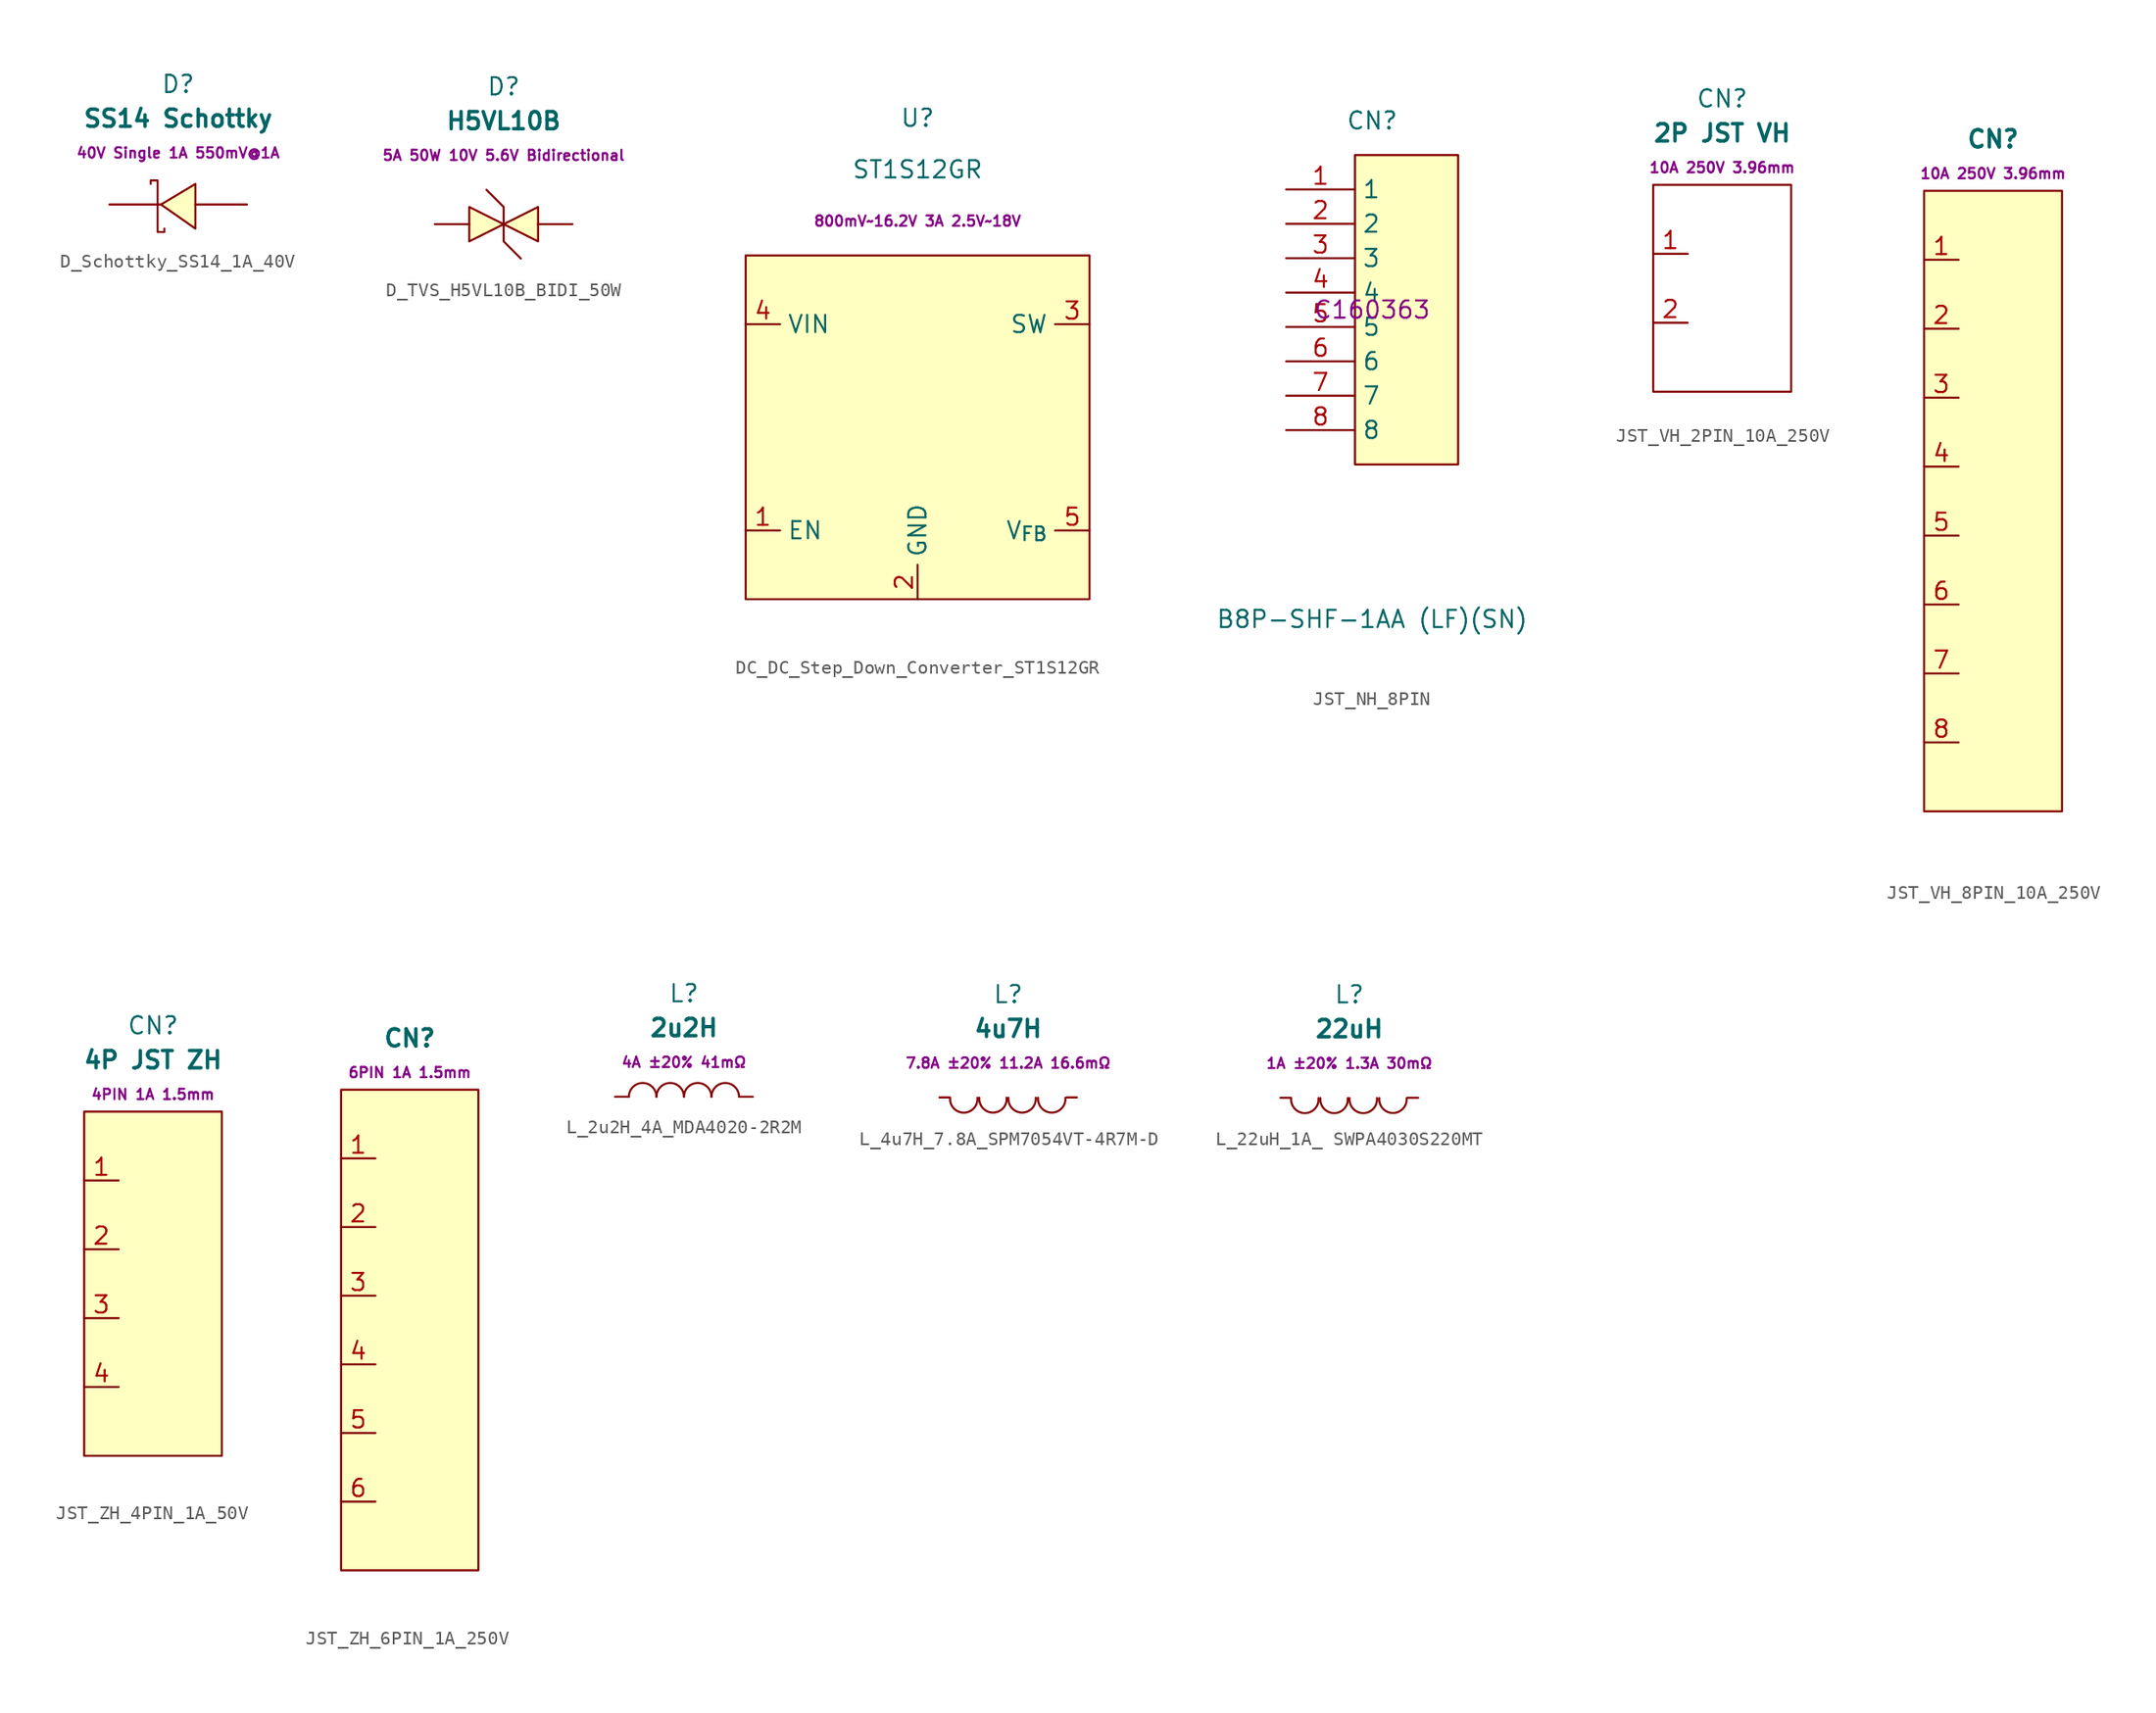
<source format=kicad_sym>
(kicad_symbol_lib
  (version 20231120)
  (generator "kicad_symbol_editor")
  (generator_version "8.0")
  (symbol "D_Schottky_SS14_1A_40V"
    (pin_numbers hide)
    (pin_names hide)
    (property "Reference" "D"
      (at 0 8.89 0)
      (effects (font (size 1.27 1.27))))
    (property "Value" "SS14 Schottky"
      (at 0 6.35 0)
      (effects (font (size 1.27 1.27) (bold yes))))
    (property "Extra Values" "40V Single 1A 550mV@1A"
      (at 0 3.81 0)
      (effects (font (size 0.762 0.762) (bold yes))))
    (symbol "D_Schottky_SS14_1A_40V_0_1"
      (polyline (pts (xy 1.27 1.52) (xy -1.27 0) (xy 1.27 -1.78) (xy 1.27 1.52)) (stroke (width 0) (type default)) (fill (type background)))
      (polyline (pts (xy -2.03 1.52) (xy -2.03 1.78) (xy -1.52 1.78) (xy -1.52 -2.03) (xy -1.02 -2.03) (xy -1.02 -1.78)) (stroke (width 0) (type default)) (fill (type none))))
    (symbol "D_Schottky_SS14_1A_40V_1_1"
      (pin passive line (at -5.08 0 0) (length 3.81) (name "K" (effects (font (size 1.27 1.27)))) (number "1" (effects (font (size 1.27 1.27)))))
      (pin passive line (at 5.08 0 180) (length 3.81) (name "A" (effects (font (size 1.27 1.27)))) (number "2" (effects (font (size 1.27 1.27)))))))
  (symbol "D_TVS_H5VL10B_BIDI_50W"
    (pin_numbers hide)
    (pin_names hide)
    (property "Reference" "D"
      (at 0 10.16 0)
      (effects (font (size 1.27 1.27))))
    (property "Value" "H5VL10B"
      (at 0 7.62 0)
      (effects (font (size 1.27 1.27) (bold yes))))
    (property "Extra Values" "5A 50W 10V 5.6V Bidirectional"
      (at 0 5.08 0)
      (effects (font (size 0.762 0.762) (bold yes))))
    (symbol "D_TVS_H5VL10B_BIDI_50W_0_1"
      (polyline (pts (xy -2.54 1.27) (xy 0 0) (xy -2.54 -1.27) (xy -2.54 1.27)) (stroke (width 0) (type default)) (fill (type background)))
      (polyline (pts (xy -1.27 2.54) (xy 0 1.27) (xy 0 -1.27) (xy 1.27 -2.54)) (stroke (width 0) (type default)) (fill (type none)))
      (polyline (pts (xy 2.54 -1.27) (xy 0 0) (xy 2.54 1.27) (xy 2.54 -1.27)) (stroke (width 0) (type default)) (fill (type background))))
    (symbol "D_TVS_H5VL10B_BIDI_50W_1_1"
      (pin passive line (at -5.08 0 0) (length 2.54) (name "C" (effects (font (size 1.27 1.27)))) (number "1" (effects (font (size 1.27 1.27)))))
      (pin passive line (at 5.08 0 180) (length 2.54) (name "A" (effects (font (size 1.27 1.27)))) (number "2" (effects (font (size 1.27 1.27)))))))
  (symbol "DC_DC_Step_Down_Converter_ST1S12GR"
    (property "Reference" "U"
      (at 0 22.86 0)
      (effects (font (size 1.27 1.27))))
    (property "Value" "ST1S12GR"
      (at 0 19.05 0)
      (effects (font (size 1.27 1.27))))
    (property "Extra Values" "800mV~16.2V 3A 2.5V~18V"
      (at 0 15.24 0)
      (effects (font (size 0.762 0.762) (bold yes))))
    (symbol "DC_DC_Step_Down_Converter_ST1S12GR_0_1"
      (rectangle (start -12.7 12.7) (end 12.7 -12.7) (stroke (width 0) (type default)) (fill (type background))))
    (symbol "DC_DC_Step_Down_Converter_ST1S12GR_1_1"
      (pin input line (at -12.7 -7.62 0) (length 2.54) (name "EN" (effects (font (size 1.27 1.27)))) (number "1" (effects (font (size 1.27 1.27)))))
      (pin power_in line (at 0 -12.7 90) (length 2.54) (name "GND" (effects (font (size 1.27 1.27)))) (number "2" (effects (font (size 1.27 1.27)))))
      (pin output line (at 12.7 7.62 180) (length 2.54) (name "SW" (effects (font (size 1.27 1.27)))) (number "3" (effects (font (size 1.27 1.27)))))
      (pin power_in line (at -12.7 7.62 0) (length 2.54) (name "VIN" (effects (font (size 1.27 1.27)))) (number "4" (effects (font (size 1.27 1.27)))))
      (pin input line (at 12.7 -7.62 180) (length 2.54) (name "V_{FB}" (effects (font (size 1.27 1.27)))) (number "5" (effects (font (size 1.27 1.27)))))))
  (symbol "JST_NH_8PIN"
    (property "Reference" "CN"
      (at 0 13.97 0)
      (effects (font (size 1.27 1.27))))
    (property "Value" "B8P-SHF-1AA (LF)(SN)"
      (at 0 -22.86 0)
      (effects (font (size 1.27 1.27))))
    (property "Extra Values" "C160363"
      (at 0 0 0)
      (effects (font (size 1.27 1.27))))
    (symbol "JST_NH_8PIN_0_1"
      (rectangle (start -1.27 11.43) (end 6.35 -11.43) (stroke (width 0) (type default)) (fill (type background)))
      (pin unspecified line (at -6.35 8.89 0) (length 5.08) (name "1" (effects (font (size 1.27 1.27)))) (number "1" (effects (font (size 1.27 1.27)))))
      (pin unspecified line (at -6.35 6.35 0) (length 5.08) (name "2" (effects (font (size 1.27 1.27)))) (number "2" (effects (font (size 1.27 1.27)))))
      (pin unspecified line (at -6.35 3.81 0) (length 5.08) (name "3" (effects (font (size 1.27 1.27)))) (number "3" (effects (font (size 1.27 1.27)))))
      (pin unspecified line (at -6.35 1.27 0) (length 5.08) (name "4" (effects (font (size 1.27 1.27)))) (number "4" (effects (font (size 1.27 1.27)))))
      (pin unspecified line (at -6.35 -1.27 0) (length 5.08) (name "5" (effects (font (size 1.27 1.27)))) (number "5" (effects (font (size 1.27 1.27)))))
      (pin unspecified line (at -6.35 -3.81 0) (length 5.08) (name "6" (effects (font (size 1.27 1.27)))) (number "6" (effects (font (size 1.27 1.27)))))
      (pin unspecified line (at -6.35 -6.35 0) (length 5.08) (name "7" (effects (font (size 1.27 1.27)))) (number "7" (effects (font (size 1.27 1.27)))))
      (pin unspecified line (at -6.35 -8.89 0) (length 5.08) (name "8" (effects (font (size 1.27 1.27)))) (number "8" (effects (font (size 1.27 1.27)))))))
  (symbol "JST_VH_2PIN_10A_250V"
    (pin_names hide)
    (property "Reference" "CN"
      (at 0 13.97 0)
      (effects (font (size 1.27 1.27))))
    (property "Value" "2P JST VH"
      (at 0 11.43 0)
      (effects (font (size 1.27 1.27) (bold yes))))
    (property "Extra Values" "10A 250V 3.96mm"
      (at 0 8.89 0)
      (effects (font (size 0.762 0.762) (bold yes))))
    (symbol "JST_VH_2PIN_10A_250V_1_1"
      (rectangle (start -5.08 7.62) (end 5.08 -7.62) (stroke (width 0) (type default)) (fill (type none)))
      (pin passive line (at -5.08 2.54 0) (length 2.54) (name "1" (effects (font (size 1.27 1.27)))) (number "1" (effects (font (size 1.27 1.27)))))
      (pin passive line (at -5.08 -2.54 0) (length 2.54) (name "2" (effects (font (size 1.27 1.27)))) (number "2" (effects (font (size 1.27 1.27)))))))
  (symbol "JST_VH_8PIN_10A_250V"
    (pin_names hide)
    (property "Reference" "CN"
      (at 0 26.67 0)
      (effects (font (size 1.27 1.27) (bold yes))))
    (property "Extra Values" "10A 250V 3.96mm"
      (at 0 24.13 0)
      (effects (font (size 0.762 0.762) (bold yes))))
    (symbol "JST_VH_8PIN_10A_250V_0_1"
      (rectangle (start -5.08 22.86) (end 5.08 -22.86) (stroke (width 0) (type default)) (fill (type background))))
    (symbol "JST_VH_8PIN_10A_250V_1_1"
      (pin passive line (at -5.08 17.78 0) (length 2.54) (name "1" (effects (font (size 1.27 1.27)))) (number "1" (effects (font (size 1.27 1.27)))))
      (pin passive line (at -5.08 12.7 0) (length 2.54) (name "2" (effects (font (size 1.27 1.27)))) (number "2" (effects (font (size 1.27 1.27)))))
      (pin passive line (at -5.08 7.62 0) (length 2.54) (name "3" (effects (font (size 1.27 1.27)))) (number "3" (effects (font (size 1.27 1.27)))))
      (pin passive line (at -5.08 2.54 0) (length 2.54) (name "4" (effects (font (size 1.27 1.27)))) (number "4" (effects (font (size 1.27 1.27)))))
      (pin passive line (at -5.08 -2.54 0) (length 2.54) (name "5" (effects (font (size 1.27 1.27)))) (number "5" (effects (font (size 1.27 1.27)))))
      (pin passive line (at -5.08 -7.62 0) (length 2.54) (name "6" (effects (font (size 1.27 1.27)))) (number "6" (effects (font (size 1.27 1.27)))))
      (pin passive line (at -5.08 -12.7 0) (length 2.54) (name "7" (effects (font (size 1.27 1.27)))) (number "7" (effects (font (size 1.27 1.27)))))
      (pin passive line (at -5.08 -17.78 0) (length 2.54) (name "8" (effects (font (size 1.27 1.27)))) (number "8" (effects (font (size 1.27 1.27)))))))
  (symbol "JST_ZH_4PIN_1A_50V"
    (pin_names hide)
    (property "Reference" "CN"
      (at 0 19.05 0)
      (effects (font (size 1.27 1.27))))
    (property "Value" "4P JST ZH"
      (at 0 16.51 0)
      (effects (font (size 1.27 1.27) (bold yes))))
    (property "Extra Values" "4PIN 1A 1.5mm"
      (at 0 13.97 0)
      (effects (font (size 0.762 0.762) (bold yes))))
    (symbol "JST_ZH_4PIN_1A_50V_0_1"
      (rectangle (start -5.08 12.7) (end 5.08 -12.7) (stroke (width 0) (type default)) (fill (type background))))
    (symbol "JST_ZH_4PIN_1A_50V_1_1"
      (pin passive line (at -5.08 7.62 0) (length 2.54) (name "1" (effects (font (size 1.27 1.27)))) (number "1" (effects (font (size 1.27 1.27)))))
      (pin passive line (at -5.08 2.54 0) (length 2.54) (name "2" (effects (font (size 1.27 1.27)))) (number "2" (effects (font (size 1.27 1.27)))))
      (pin passive line (at -5.08 -2.54 0) (length 2.54) (name "3" (effects (font (size 1.27 1.27)))) (number "3" (effects (font (size 1.27 1.27)))))
      (pin passive line (at -5.08 -7.62 0) (length 2.54) (name "4" (effects (font (size 1.27 1.27)))) (number "4" (effects (font (size 1.27 1.27)))))))
  (symbol "JST_ZH_6PIN_1A_250V"
    (pin_names hide)
    (property "Reference" "CN"
      (at 0 21.59 0)
      (effects (font (size 1.27 1.27) (bold yes))))
    (property "Extra Values" "6PIN 1A 1.5mm"
      (at 0 19.05 0)
      (effects (font (size 0.762 0.762) (bold yes))))
    (symbol "JST_ZH_6PIN_1A_250V_0_1"
      (rectangle (start -5.08 17.78) (end 5.08 -17.78) (stroke (width 0) (type default)) (fill (type background))))
    (symbol "JST_ZH_6PIN_1A_250V_1_1"
      (pin passive line (at -5.08 12.7 0) (length 2.54) (name "1" (effects (font (size 1.27 1.27)))) (number "1" (effects (font (size 1.27 1.27)))))
      (pin passive line (at -5.08 7.62 0) (length 2.54) (name "2" (effects (font (size 1.27 1.27)))) (number "2" (effects (font (size 1.27 1.27)))))
      (pin passive line (at -5.08 2.54 0) (length 2.54) (name "3" (effects (font (size 1.27 1.27)))) (number "3" (effects (font (size 1.27 1.27)))))
      (pin passive line (at -5.08 -2.54 0) (length 2.54) (name "4" (effects (font (size 1.27 1.27)))) (number "4" (effects (font (size 1.27 1.27)))))
      (pin passive line (at -5.08 -7.62 0) (length 2.54) (name "5" (effects (font (size 1.27 1.27)))) (number "5" (effects (font (size 1.27 1.27)))))
      (pin passive line (at -5.08 -12.7 0) (length 2.54) (name "6" (effects (font (size 1.27 1.27)))) (number "6" (effects (font (size 1.27 1.27)))))))
  (symbol "L_2u2H_4A_MDA4020-2R2M"
    (pin_numbers hide)
    (pin_names hide)
    (property "Reference" "L"
      (at 0 7.62 0)
      (effects (font (size 1.27 1.27))))
    (property "Value" "2u2H"
      (at 0 5.08 0)
      (effects (font (size 1.27 1.27) (bold yes))))
    (property "Extra Values" "4A ±20% 41mΩ"
      (at 0 2.54 0)
      (effects (font (size 0.762 0.762) (bold yes))))
    (symbol "L_2u2H_4A_MDA4020-2R2M_0_1"
      (arc (start -2.03 0.01) (mid -3.055 1.013) (end -4.06 -0.01) (stroke (width 0) (type default)) (fill (type none)))
      (arc (start 0 0.01) (mid -1.025 1.013) (end -2.03 -0.01) (stroke (width 0) (type default)) (fill (type none)))
      (arc (start 2.03 0.01) (mid 1.005 1.013) (end 0 -0.01) (stroke (width 0) (type default)) (fill (type none)))
      (arc (start 4.06 0.01) (mid 3.035 1.013) (end 2.03 -0.01) (stroke (width 0) (type default)) (fill (type none))))
    (symbol "L_2u2H_4A_MDA4020-2R2M_1_1"
      (pin passive line (at -5.08 0 0) (length 1.016) (name "1" (effects (font (size 1.27 1.27)))) (number "1" (effects (font (size 1.27 1.27)))))
      (pin passive line (at 5.08 0 180) (length 1.016) (name "2" (effects (font (size 1.27 1.27)))) (number "2" (effects (font (size 1.27 1.27)))))))
  (symbol "L_4u7H_7.8A_SPM7054VT-4R7M-D"
    (pin_numbers hide)
    (pin_names hide)
    (property "Reference" "L"
      (at 0 7.62 0)
      (effects (font (size 1.27 1.27))))
    (property "Value" "4u7H"
      (at 0 5.08 0)
      (effects (font (size 1.27 1.27) (bold yes))))
    (property "Extra Value" "7.8A ±20% 11.2A 16.6mΩ"
      (at 0 2.54 0)
      (effects (font (size 0.762 0.762))))
    (symbol "L_4u7H_7.8A_SPM7054VT-4R7M-D_0_1"
      (arc (start -4.29 -0.02) (mid -2.81 -1.01) (end -2.27 -0.02) (stroke (width 0) (type default)) (fill (type none)))
      (arc (start -2.13 -0.02) (mid -0.66 -1.01) (end -0.11 -0.02) (stroke (width 0) (type default)) (fill (type none)))
      (arc (start 0.02 -0.02) (mid 1.49 -1.01) (end 2.04 -0.02) (stroke (width 0) (type default)) (fill (type none)))
      (arc (start 2.21 -0.02) (mid 3.68 -1.01) (end 4.23 -0.02) (stroke (width 0) (type default)) (fill (type none))))
    (symbol "L_4u7H_7.8A_SPM7054VT-4R7M-D_1_1"
      (pin passive line (at -5.08 0 0) (length 0.762) (name "1" (effects (font (size 1.27 1.27)))) (number "1" (effects (font (size 1.27 1.27)))))
      (pin passive line (at 5.08 0 180) (length 0.762) (name "2" (effects (font (size 1.27 1.27)))) (number "2" (effects (font (size 1.27 1.27)))))))
  (symbol "L_22uH_1A_ SWPA4030S220MT"
    (pin_numbers hide)
    (pin_names hide)
    (property "Reference" "L"
      (at 0 7.62 0)
      (effects (font (size 1.27 1.27))))
    (property "Value" "22uH"
      (at 0 5.08 0)
      (effects (font (size 1.27 1.27) (bold yes))))
    (property "Extra Values" "1A ±20% 1.3A 30mΩ"
      (at 0 2.54 0)
      (effects (font (size 0.762 0.762) (bold yes))))
    (symbol "L_22uH_1A_ SWPA4030S220MT_0_1"
      (arc (start -4.29 -0.02) (mid -2.52 -0.79) (end -2.27 -0.02) (stroke (width 0) (type default)) (fill (type none)))
      (arc (start -2.13 -0.02) (mid -0.36 -0.79) (end -0.11 -0.02) (stroke (width 0) (type default)) (fill (type none)))
      (arc (start 0.02 -0.02) (mid 1.79 -0.79) (end 2.04 -0.02) (stroke (width 0) (type default)) (fill (type none)))
      (arc (start 2.21 -0.02) (mid 3.3 -1.12) (end 4.23 -0.02) (stroke (width 0) (type default)) (fill (type none))))
    (symbol "L_22uH_1A_ SWPA4030S220MT_1_1"
      (pin passive line (at -5.08 0 0) (length 0.762) (name "1" (effects (font (size 1.27 1.27)))) (number "1" (effects (font (size 1.27 1.27)))))
      (pin passive line (at 5.08 0 180) (length 0.762) (name "2" (effects (font (size 1.27 1.27)))) (number "2" (effects (font (size 1.27 1.27))))))))
</source>
